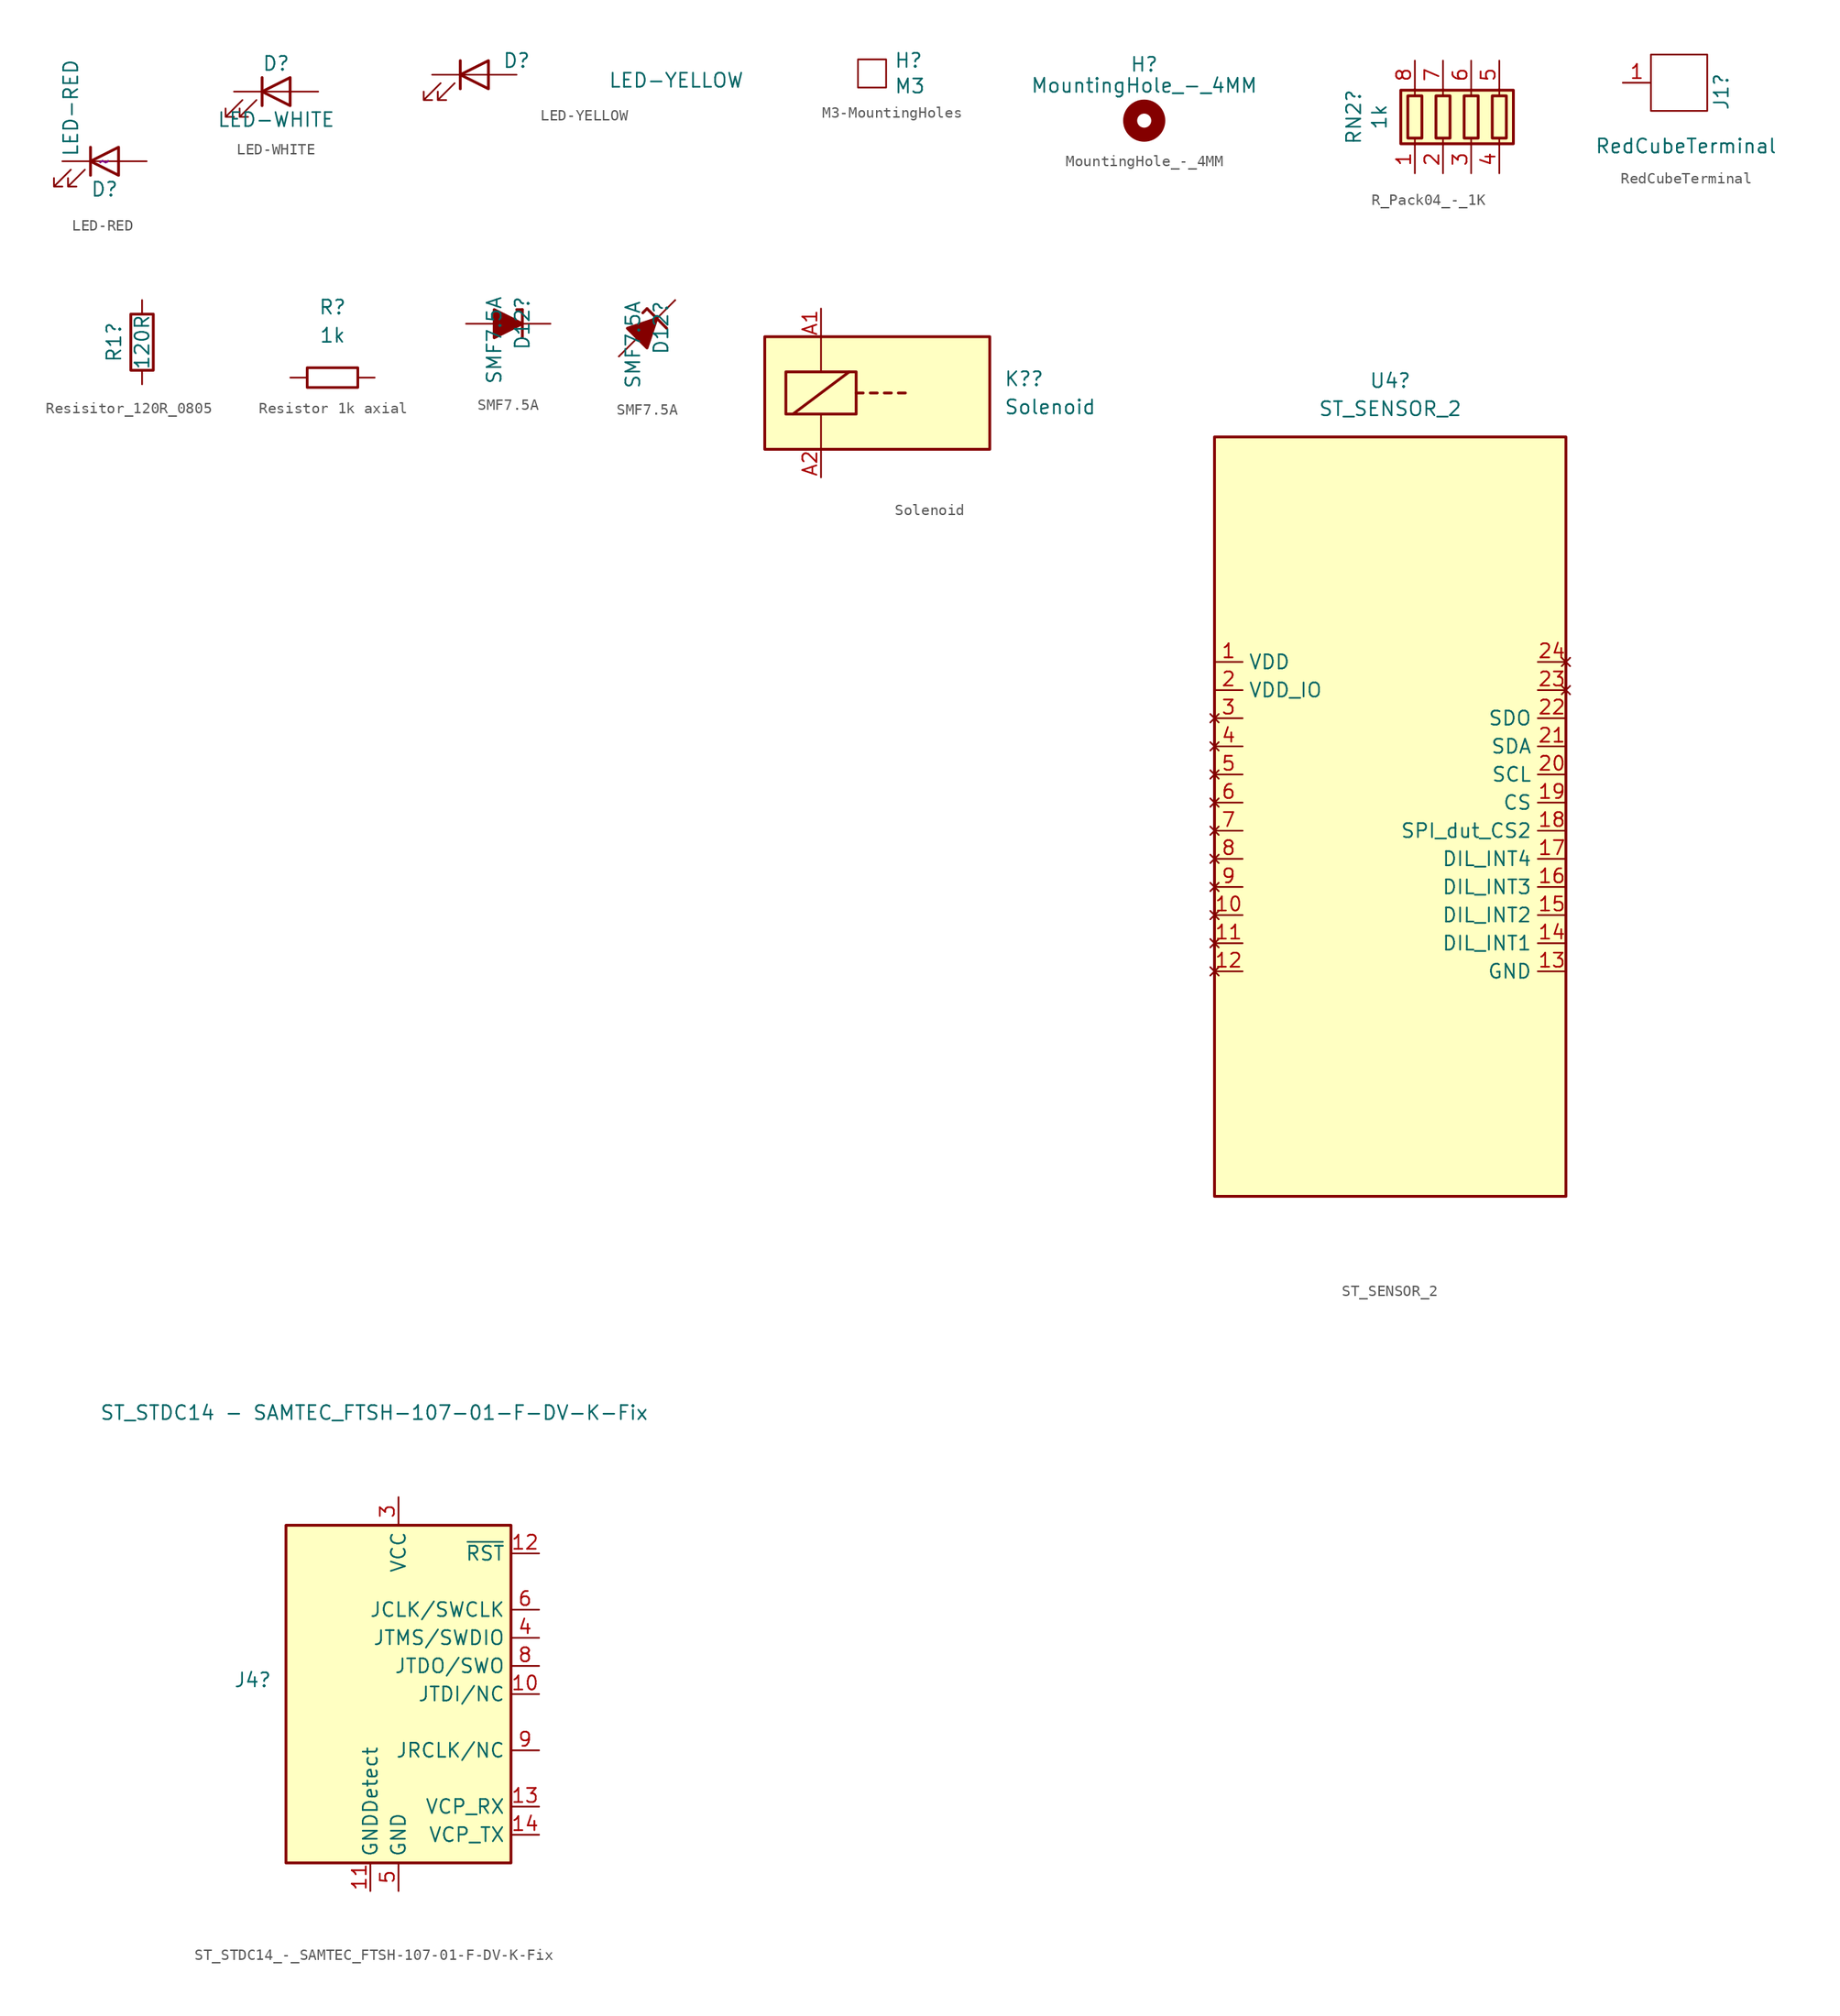
<source format=kicad_sym>
(kicad_symbol_lib
  (version 20241209)
  (generator "kicad_symbol_editor")
  (generator_version "9.0")
  (symbol "LED-RED"
    (pin_numbers
      (hide yes))
    (pin_names
      (offset 1.016)
      (hide yes))
    (property "Reference" "D"
      (at 0 -2.54 0)
      (effects (font (size 1.27 1.27))))
    (property "Value" "LED-RED"
      (at -3.048 4.826 90)
      (effects (font (size 1.27 1.27))))
    (property "Datasheet" "~"
      (at 0 0 0)
      (effects (font (size 1.524 1.524))))
    (symbol "LED-RED_0_1"
      (polyline (pts (xy -3.048 -0.762) (xy -4.572 -2.286) (xy -3.81 -2.286) (xy -4.572 -2.286) (xy -4.572 -1.524)) (stroke (width 0) (type default)) (fill (type none)))
      (polyline (pts (xy -1.778 -0.762) (xy -3.302 -2.286) (xy -2.54 -2.286) (xy -3.302 -2.286) (xy -3.302 -1.524)) (stroke (width 0) (type default)) (fill (type none)))
      (polyline (pts (xy -1.27 0) (xy 1.27 0)) (stroke (width 0) (type default)) (fill (type none)))
      (polyline (pts (xy -1.27 -1.27) (xy -1.27 1.27)) (stroke (width 0.254) (type default)) (fill (type none)))
      (polyline (pts (xy 1.27 -1.27) (xy 1.27 1.27) (xy -1.27 0) (xy 1.27 -1.27)) (stroke (width 0.254) (type default)) (fill (type none))))
    (symbol "LED-RED_1_1"
      (pin passive line (at -3.81 0 0) (length 2.54) (name "K" (effects (font (size 1.27 1.27)))) (number "1" (effects (font (size 1.27 1.27)))))
      (pin passive line (at 3.81 0 180) (length 2.54) (name "A" (effects (font (size 1.27 1.27)))) (number "2" (effects (font (size 1.27 1.27)))))))
  (symbol "LED-WHITE"
    (pin_numbers
      (hide yes))
    (pin_names
      (offset 1.016)
      (hide yes))
    (property "Reference" "D"
      (at 0 2.54 0)
      (effects (font (size 1.27 1.27))))
    (property "Value" "LED-WHITE"
      (at 0 -2.54 0)
      (effects (font (size 1.27 1.27))))
    (symbol "LED-WHITE_0_1"
      (polyline (pts (xy -3.048 -0.762) (xy -4.572 -2.286) (xy -3.81 -2.286) (xy -4.572 -2.286) (xy -4.572 -1.524)) (stroke (width 0) (type default)) (fill (type none)))
      (polyline (pts (xy -1.778 -0.762) (xy -3.302 -2.286) (xy -2.54 -2.286) (xy -3.302 -2.286) (xy -3.302 -1.524)) (stroke (width 0) (type default)) (fill (type none)))
      (polyline (pts (xy -1.27 0) (xy 1.27 0)) (stroke (width 0) (type default)) (fill (type none)))
      (polyline (pts (xy -1.27 -1.27) (xy -1.27 1.27)) (stroke (width 0.254) (type default)) (fill (type none)))
      (polyline (pts (xy 1.27 -1.27) (xy 1.27 1.27) (xy -1.27 0) (xy 1.27 -1.27)) (stroke (width 0.254) (type default)) (fill (type none))))
    (symbol "LED-WHITE_1_1"
      (pin passive line (at -3.81 0 0) (length 2.54) (name "K" (effects (font (size 1.27 1.27)))) (number "1" (effects (font (size 1.27 1.27)))))
      (pin passive line (at 3.81 0 180) (length 2.54) (name "A" (effects (font (size 1.27 1.27)))) (number "2" (effects (font (size 1.27 1.27)))))))
  (symbol "LED-YELLOW"
    (pin_numbers
      (hide yes))
    (pin_names
      (offset 1.016)
      (hide yes))
    (property "Reference" "D"
      (at 3.81 1.27 0)
      (effects (font (size 1.27 1.27))))
    (property "Value" "LED-YELLOW"
      (at 24.384 -0.508 0)
      (effects (font (size 1.27 1.27)) (justify right)))
    (symbol "LED-YELLOW_0_1"
      (polyline (pts (xy -3.048 -0.762) (xy -4.572 -2.286) (xy -3.81 -2.286) (xy -4.572 -2.286) (xy -4.572 -1.524)) (stroke (width 0) (type default)) (fill (type none)))
      (polyline (pts (xy -1.778 -0.762) (xy -3.302 -2.286) (xy -2.54 -2.286) (xy -3.302 -2.286) (xy -3.302 -1.524)) (stroke (width 0) (type default)) (fill (type none)))
      (polyline (pts (xy -1.27 0) (xy 1.27 0)) (stroke (width 0) (type default)) (fill (type none)))
      (polyline (pts (xy -1.27 -1.27) (xy -1.27 1.27)) (stroke (width 0.254) (type default)) (fill (type none)))
      (polyline (pts (xy 1.27 -1.27) (xy 1.27 1.27) (xy -1.27 0) (xy 1.27 -1.27)) (stroke (width 0.254) (type default)) (fill (type none))))
    (symbol "LED-YELLOW_1_1"
      (pin passive line (at -3.81 0 0) (length 2.54) (name "K" (effects (font (size 1.27 1.27)))) (number "1" (effects (font (size 1.27 1.27)))))
      (pin passive line (at 3.81 0 180) (length 2.54) (name "A" (effects (font (size 1.27 1.27)))) (number "2" (effects (font (size 1.27 1.27)))))))
  (symbol "M3-MountingHoles"
    (pin_names
      (offset 1.016))
    (property "Reference" "H"
      (at 1.981 1.168 0)
      (effects (font (size 1.27 1.27)) (justify left)))
    (property "Value" "M3"
      (at 1.981 -1.143 0)
      (effects (font (size 1.27 1.27)) (justify left)))
    (symbol "M3-MountingHoles_0_1"
      (rectangle (start -1.27 1.27) (end 1.27 -1.27) (stroke (width 0) (type default)) (fill (type none)))))
  (symbol "MountingHole_-_4MM"
    (pin_names
      (offset 1.016))
    (property "Reference" "H"
      (at 0 5.08 0)
      (effects (font (size 1.27 1.27))))
    (property "Value" "MountingHole_-_4MM"
      (at 0 3.175 0)
      (effects (font (size 1.27 1.27))))
    (symbol "MountingHole_-_4MM_0_1"
      (circle (center 0 0) (radius 1.27) (stroke (width 1.27) (type default)) (fill (type none)))))
  (symbol "R_Pack04_-_1K"
    (pin_names
      (offset 0)
      (hide yes))
    (property "Reference" "RN2"
      (at -10.592 0 90)
      (effects (font (size 1.27 1.27))))
    (property "Value" "1k"
      (at -8.28 0 90)
      (effects (font (size 1.27 1.27))))
    (symbol "R_Pack04_-_1K_0_1"
      (rectangle (start -6.35 -2.413) (end 3.81 2.413) (stroke (width 0.254) (type default)) (fill (type background)))
      (rectangle (start -5.715 1.905) (end -4.445 -1.905) (stroke (width 0.254) (type default)) (fill (type none)))
      (polyline (pts (xy -5.08 1.905) (xy -5.08 2.54)) (stroke (width 0) (type default)) (fill (type none)))
      (polyline (pts (xy -5.08 -2.54) (xy -5.08 -1.905)) (stroke (width 0) (type default)) (fill (type none)))
      (rectangle (start -3.175 1.905) (end -1.905 -1.905) (stroke (width 0.254) (type default)) (fill (type none)))
      (polyline (pts (xy -2.54 1.905) (xy -2.54 2.54)) (stroke (width 0) (type default)) (fill (type none)))
      (polyline (pts (xy -2.54 -2.54) (xy -2.54 -1.905)) (stroke (width 0) (type default)) (fill (type none)))
      (rectangle (start -0.635 1.905) (end 0.635 -1.905) (stroke (width 0.254) (type default)) (fill (type none)))
      (polyline (pts (xy 0 1.905) (xy 0 2.54)) (stroke (width 0) (type default)) (fill (type none)))
      (polyline (pts (xy 0 -2.54) (xy 0 -1.905)) (stroke (width 0) (type default)) (fill (type none)))
      (rectangle (start 1.905 1.905) (end 3.175 -1.905) (stroke (width 0.254) (type default)) (fill (type none)))
      (polyline (pts (xy 2.54 1.905) (xy 2.54 2.54)) (stroke (width 0) (type default)) (fill (type none)))
      (polyline (pts (xy 2.54 -2.54) (xy 2.54 -1.905)) (stroke (width 0) (type default)) (fill (type none))))
    (symbol "R_Pack04_-_1K_1_1"
      (pin passive line (at -5.08 5.08 270) (length 2.54) (name "R1.2" (effects (font (size 1.27 1.27)))) (number "8" (effects (font (size 1.27 1.27)))))
      (pin passive line (at -5.08 -5.08 90) (length 2.54) (name "R1.1" (effects (font (size 1.27 1.27)))) (number "1" (effects (font (size 1.27 1.27)))))
      (pin passive line (at -2.54 5.08 270) (length 2.54) (name "R2.2" (effects (font (size 1.27 1.27)))) (number "7" (effects (font (size 1.27 1.27)))))
      (pin passive line (at -2.54 -5.08 90) (length 2.54) (name "R2.1" (effects (font (size 1.27 1.27)))) (number "2" (effects (font (size 1.27 1.27)))))
      (pin passive line (at 0 5.08 270) (length 2.54) (name "R3.2" (effects (font (size 1.27 1.27)))) (number "6" (effects (font (size 1.27 1.27)))))
      (pin passive line (at 0 -5.08 90) (length 2.54) (name "R3.1" (effects (font (size 1.27 1.27)))) (number "3" (effects (font (size 1.27 1.27)))))
      (pin passive line (at 2.54 5.08 270) (length 2.54) (name "R4.2" (effects (font (size 1.27 1.27)))) (number "5" (effects (font (size 1.27 1.27)))))
      (pin passive line (at 2.54 -5.08 90) (length 2.54) (name "R4.1" (effects (font (size 1.27 1.27)))) (number "4" (effects (font (size 1.27 1.27)))))))
  (symbol "RedCubeTerminal"
    (pin_names
      (offset 1.016))
    (property "Reference" "J1"
      (at 5.08 -2.54 90)
      (effects (font (size 1.27 1.27)) (justify left)))
    (property "Value" "RedCubeTerminal"
      (at -6.35 -5.715 0)
      (effects (font (size 1.27 1.27)) (justify left)))
    (symbol "RedCubeTerminal_0_1"
      (rectangle (start -1.27 -2.54) (end 3.81 2.54) (stroke (width 0) (type default)) (fill (type none))))
    (symbol "RedCubeTerminal_1_1"
      (pin passive line (at -3.81 0 0) (length 2.54) (name "~" (effects (font (size 1.27 1.27)))) (number "1" (effects (font (size 1.27 1.27)))))))
  (symbol "Resisitor_120R_0805"
    (pin_numbers
      (hide yes))
    (pin_names
      (offset 0))
    (property "Reference" "R1"
      (at -2.54 0 90)
      (effects (font (size 1.27 1.27))))
    (property "Value" "120R"
      (at 0 0 90)
      (effects (font (size 1.27 1.27))))
    (symbol "Resisitor_120R_0805_0_1"
      (rectangle (start -1.016 -2.54) (end 1.016 2.54) (stroke (width 0.254) (type default)) (fill (type none))))
    (symbol "Resisitor_120R_0805_1_1"
      (pin passive line (at 0 3.81 270) (length 1.27) (name "~" (effects (font (size 1.27 1.27)))) (number "1" (effects (font (size 1.27 1.27)))))
      (pin passive line (at 0 -3.81 90) (length 1.27) (name "~" (effects (font (size 1.27 1.27)))) (number "2" (effects (font (size 1.27 1.27)))))))
  (symbol "Resistor 1k axial"
    (property "Reference" "R"
      (at 0 6.35 0)
      (effects (font (size 1.27 1.27))))
    (property "Value" "1k"
      (at 0 3.81 0)
      (effects (font (size 1.27 1.27))))
    (symbol "Resistor 1k axial_0_1"
      (rectangle (start -2.286 0.889) (end 2.286 -0.889) (stroke (width 0.24) (type default)) (fill (type none))))
    (symbol "Resistor 1k axial_1_1"
      (pin passive line (at -3.81 0 0) (length 1.5) (name "" (effects (font (size 1.27 1.27)))) (number "1" (effects (font (size 0 0)))))
      (pin passive line (at 3.81 0 180) (length 1.5) (name "~" (effects (font (size 1.27 1.27)))) (number "2" (effects (font (size 0 0)))))))
  (symbol "SMF7.5A"
    (pin_numbers
      (hide yes))
    (pin_names
      (offset 1.016)
      (hide yes))
    (property "Reference" "D12"
      (at 1.27 2.54 90)
      (effects (font (size 1.27 1.27)) (justify right)))
    (property "Value" "SMF7.5A"
      (at -1.27 2.54 90)
      (effects (font (size 1.27 1.27)) (justify right)))
    (symbol "SMF7.5A_0_1"
      (polyline (pts (xy -1.27 1.27) (xy -1.27 -1.27) (xy 1.27 0) (xy -1.27 1.27)) (stroke (width 0.254) (type default)) (fill (type outline)))
      (polyline (pts (xy -1.27 0) (xy 1.27 0)) (stroke (width 0) (type default)) (fill (type none)))
      (polyline (pts (xy 1.27 1.27) (xy 0.762 1.27)) (stroke (width 0.254) (type default)) (fill (type none)))
      (polyline (pts (xy 1.27 -1.27) (xy 1.27 1.27)) (stroke (width 0.254) (type default)) (fill (type none))))
    (symbol "SMF7.5A_0_2"
      (polyline (pts (xy -2.54 -2.54) (xy 2.54 2.54)) (stroke (width 0) (type default)) (fill (type none)))
      (polyline (pts (xy -0.889 -0.889) (xy -1.778 0) (xy 0.889 0.889) (xy 0 -1.778) (xy -0.889 -0.889)) (stroke (width 0.254) (type default)) (fill (type outline)))
      (polyline (pts (xy 0 1.778) (xy -0.381 1.397)) (stroke (width 0.254) (type default)) (fill (type none)))
      (polyline (pts (xy 0 1.778) (xy 1.778 0)) (stroke (width 0.254) (type default)) (fill (type none))))
    (symbol "SMF7.5A_1_1"
      (pin passive line (at -3.81 0 0) (length 2.54) (name "A" (effects (font (size 1.27 1.27)))) (number "2" (effects (font (size 1.27 1.27)))))
      (pin passive line (at 3.81 0 180) (length 2.54) (name "K" (effects (font (size 1.27 1.27)))) (number "1" (effects (font (size 1.27 1.27))))))
    (symbol "SMF7.5A_1_2"
      (pin passive line (at -2.54 -2.54 0) (length 0) (name "A" (effects (font (size 1.27 1.27)))) (number "2" (effects (font (size 1.27 1.27)))))
      (pin passive line (at 2.54 2.54 180) (length 0) (name "K" (effects (font (size 1.27 1.27)))) (number "1" (effects (font (size 1.27 1.27)))))))
  (symbol "Solenoid"
    (property "Reference" "K?"
      (at 11.43 1.27 0)
      (effects (font (size 1.27 1.27)) (justify left)))
    (property "Value" "Solenoid"
      (at 11.43 -1.27 0)
      (effects (font (size 1.27 1.27)) (justify left)))
    (symbol "Solenoid_0_1"
      (rectangle (start -10.16 5.08) (end 10.16 -5.08) (stroke (width 0.254) (type default)) (fill (type background)))
      (rectangle (start -8.255 1.905) (end -1.905 -1.905) (stroke (width 0.254) (type default)) (fill (type none)))
      (polyline (pts (xy -7.62 -1.905) (xy -2.54 1.905)) (stroke (width 0.254) (type default)) (fill (type none)))
      (polyline (pts (xy -5.08 5.08) (xy -5.08 1.905)) (stroke (width 0) (type default)) (fill (type none)))
      (polyline (pts (xy -5.08 -5.08) (xy -5.08 -1.905)) (stroke (width 0) (type default)) (fill (type none)))
      (polyline (pts (xy -1.905 0) (xy -1.27 0)) (stroke (width 0.254) (type default)) (fill (type none)))
      (polyline (pts (xy -0.635 0) (xy 0 0)) (stroke (width 0.254) (type default)) (fill (type none)))
      (polyline (pts (xy 0.635 0) (xy 1.27 0)) (stroke (width 0.254) (type default)) (fill (type none)))
      (polyline (pts (xy 1.905 0) (xy 2.54 0)) (stroke (width 0.254) (type default)) (fill (type none))))
    (symbol "Solenoid_1_1"
      (pin passive line (at -5.08 7.62 270) (length 2.54) (name "~" (effects (font (size 1.27 1.27)))) (number "A1" (effects (font (size 1.27 1.27)))))
      (pin passive line (at -5.08 -7.62 90) (length 2.54) (name "~" (effects (font (size 1.27 1.27)))) (number "A2" (effects (font (size 1.27 1.27)))))))
  (symbol "ST_SENSOR_2"
    (property "Reference" "U4"
      (at -8.255 12.7 0)
      (effects (font (size 1.27 1.27))))
    (property "Value" "ST_SENSOR_2"
      (at -8.255 10.16 0)
      (effects (font (size 1.27 1.27))))
    (symbol "ST_SENSOR_2_1_1"
      (rectangle (start -24.13 7.62) (end 7.62 -60.96) (stroke (width 0.254) (type default)) (fill (type background)))
      (pin power_in line (at -24.13 -12.7 0) (length 2.54) (name "VDD" (effects (font (size 1.27 1.27)))) (number "1" (effects (font (size 1.27 1.27)))))
      (pin power_in line (at -24.13 -15.24 0) (length 2.54) (name "VDD_IO" (effects (font (size 1.27 1.27)))) (number "2" (effects (font (size 1.27 1.27)))))
      (pin no_connect line (at -24.13 -17.78 0) (length 2.54) (name "" (effects (font (size 1.27 1.27)))) (number "3" (effects (font (size 1.27 1.27)))))
      (pin no_connect line (at -24.13 -20.32 0) (length 2.54) (name "" (effects (font (size 1.27 1.27)))) (number "4" (effects (font (size 1.27 1.27)))))
      (pin no_connect line (at -24.13 -22.86 0) (length 2.54) (name "" (effects (font (size 1.27 1.27)))) (number "5" (effects (font (size 1.27 1.27)))))
      (pin no_connect line (at -24.13 -25.4 0) (length 2.54) (name "" (effects (font (size 1.27 1.27)))) (number "6" (effects (font (size 1.27 1.27)))))
      (pin no_connect line (at -24.13 -27.94 0) (length 2.54) (name "" (effects (font (size 1.27 1.27)))) (number "7" (effects (font (size 1.27 1.27)))))
      (pin no_connect line (at -24.13 -30.48 0) (length 2.54) (name "" (effects (font (size 1.27 1.27)))) (number "8" (effects (font (size 1.27 1.27)))))
      (pin no_connect line (at -24.13 -33.02 0) (length 2.54) (name "" (effects (font (size 1.27 1.27)))) (number "9" (effects (font (size 1.27 1.27)))))
      (pin no_connect line (at -24.13 -35.56 0) (length 2.54) (name "" (effects (font (size 1.27 1.27)))) (number "10" (effects (font (size 1.27 1.27)))))
      (pin no_connect line (at -24.13 -38.1 0) (length 2.54) (name "" (effects (font (size 1.27 1.27)))) (number "11" (effects (font (size 1.27 1.27)))))
      (pin no_connect line (at -24.13 -40.64 0) (length 2.54) (name "" (effects (font (size 1.27 1.27)))) (number "12" (effects (font (size 1.27 1.27)))))
      (pin no_connect line (at 7.62 -12.7 180) (length 2.54) (name "" (effects (font (size 1.27 1.27)))) (number "24" (effects (font (size 1.27 1.27)))))
      (pin no_connect line (at 7.62 -15.24 180) (length 2.54) (name "" (effects (font (size 1.27 1.27)))) (number "23" (effects (font (size 1.27 1.27)))))
      (pin output line (at 7.62 -17.78 180) (length 2.54) (name "SDO" (effects (font (size 1.27 1.27)))) (number "22" (effects (font (size 1.27 1.27)))))
      (pin input line (at 7.62 -20.32 180) (length 2.54) (name "SDA" (effects (font (size 1.27 1.27)))) (number "21" (effects (font (size 1.27 1.27)))))
      (pin input line (at 7.62 -22.86 180) (length 2.54) (name "SCL" (effects (font (size 1.27 1.27)))) (number "20" (effects (font (size 1.27 1.27)))))
      (pin input line (at 7.62 -25.4 180) (length 2.54) (name "CS" (effects (font (size 1.27 1.27)))) (number "19" (effects (font (size 1.27 1.27)))))
      (pin input line (at 7.62 -27.94 180) (length 2.54) (name "SPI_dut_CS2" (effects (font (size 1.27 1.27)))) (number "18" (effects (font (size 1.27 1.27)))))
      (pin output line (at 7.62 -30.48 180) (length 2.54) (name "DIL_INT4" (effects (font (size 1.27 1.27)))) (number "17" (effects (font (size 1.27 1.27)))))
      (pin output line (at 7.62 -33.02 180) (length 2.54) (name "DIL_INT3" (effects (font (size 1.27 1.27)))) (number "16" (effects (font (size 1.27 1.27)))))
      (pin output line (at 7.62 -35.56 180) (length 2.54) (name "DIL_INT2" (effects (font (size 1.27 1.27)))) (number "15" (effects (font (size 1.27 1.27)))))
      (pin output line (at 7.62 -38.1 180) (length 2.54) (name "DIL_INT1" (effects (font (size 1.27 1.27)))) (number "14" (effects (font (size 1.27 1.27)))))
      (pin power_in line (at 7.62 -40.64 180) (length 2.54) (name "GND" (effects (font (size 1.27 1.27)))) (number "13" (effects (font (size 1.27 1.27)))))))
  (symbol "ST_STDC14_-_SAMTEC_FTSH-107-01-F-DV-K-Fix"
    (property "Reference" "J4"
      (at -11.43 1.27 0)
      (effects (font (size 1.27 1.27)) (justify right)))
    (property "Value" "ST_STDC14 - SAMTEC_FTSH-107-01-F-DV-K-Fix"
      (at 22.606 25.4 0)
      (effects (font (size 1.27 1.27)) (justify right)))
    (symbol "ST_STDC14_-_SAMTEC_FTSH-107-01-F-DV-K-Fix_0_1"
      (rectangle (start -10.16 15.24) (end 10.16 -15.24) (stroke (width 0.254) (type default)) (fill (type background))))
    (symbol "ST_STDC14_-_SAMTEC_FTSH-107-01-F-DV-K-Fix_1_1"
      (pin no_connect line (at -10.16 5.08 0) (length 2.54) (hide yes) (name "NC" (effects (font (size 1.27 1.27)))) (number "1" (effects (font (size 1.27 1.27)))))
      (pin no_connect line (at -10.16 2.54 0) (length 2.54) (hide yes) (name "NC" (effects (font (size 1.27 1.27)))) (number "2" (effects (font (size 1.27 1.27)))))
      (pin passive line (at -2.54 -17.78 90) (length 2.54) (name "GNDDetect" (effects (font (size 1.27 1.27)))) (number "11" (effects (font (size 1.27 1.27)))))
      (pin power_in line (at 0 17.78 270) (length 2.54) (name "VCC" (effects (font (size 1.27 1.27)))) (number "3" (effects (font (size 1.27 1.27)))))
      (pin power_in line (at 0 -17.78 90) (length 2.54) (name "GND" (effects (font (size 1.27 1.27)))) (number "5" (effects (font (size 1.27 1.27)))))
      (pin passive line (at 0 -17.78 90) (length 2.54) (hide yes) (name "GND" (effects (font (size 1.27 1.27)))) (number "7" (effects (font (size 1.27 1.27)))))
      (pin open_collector line (at 12.7 12.7 180) (length 2.54) (name "~{RST}" (effects (font (size 1.27 1.27)))) (number "12" (effects (font (size 1.27 1.27)))))
      (pin output line (at 12.7 7.62 180) (length 2.54) (name "JCLK/SWCLK" (effects (font (size 1.27 1.27)))) (number "6" (effects (font (size 1.27 1.27)))))
      (pin bidirectional line (at 12.7 5.08 180) (length 2.54) (name "JTMS/SWDIO" (effects (font (size 1.27 1.27)))) (number "4" (effects (font (size 1.27 1.27)))))
      (pin input line (at 12.7 2.54 180) (length 2.54) (name "JTDO/SWO" (effects (font (size 1.27 1.27)))) (number "8" (effects (font (size 1.27 1.27)))))
      (pin output line (at 12.7 0 180) (length 2.54) (name "JTDI/NC" (effects (font (size 1.27 1.27)))) (number "10" (effects (font (size 1.27 1.27)))))
      (pin input line (at 12.7 -5.08 180) (length 2.54) (name "JRCLK/NC" (effects (font (size 1.27 1.27)))) (number "9" (effects (font (size 1.27 1.27)))))
      (pin output line (at 12.7 -10.16 180) (length 2.54) (name "VCP_RX" (effects (font (size 1.27 1.27)))) (number "13" (effects (font (size 1.27 1.27)))))
      (pin input line (at 12.7 -12.7 180) (length 2.54) (name "VCP_TX" (effects (font (size 1.27 1.27)))) (number "14" (effects (font (size 1.27 1.27))))))))
</source>
